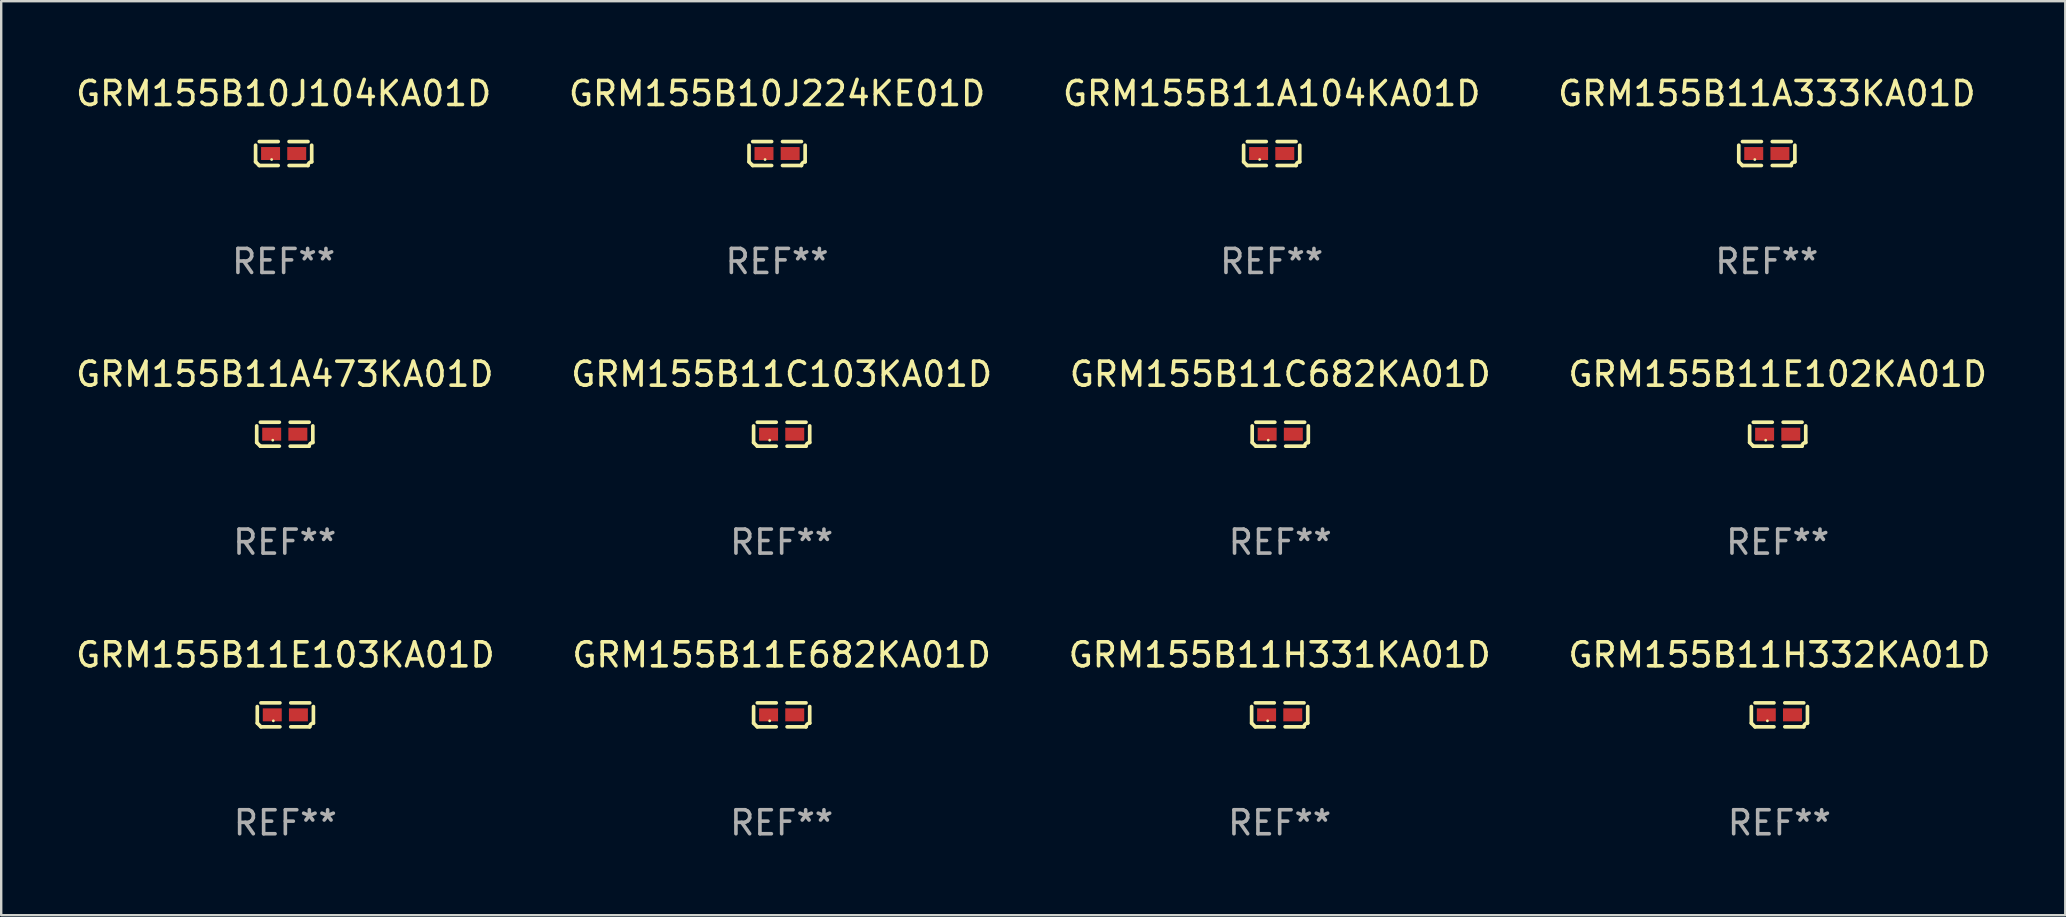
<source format=kicad_pcb>
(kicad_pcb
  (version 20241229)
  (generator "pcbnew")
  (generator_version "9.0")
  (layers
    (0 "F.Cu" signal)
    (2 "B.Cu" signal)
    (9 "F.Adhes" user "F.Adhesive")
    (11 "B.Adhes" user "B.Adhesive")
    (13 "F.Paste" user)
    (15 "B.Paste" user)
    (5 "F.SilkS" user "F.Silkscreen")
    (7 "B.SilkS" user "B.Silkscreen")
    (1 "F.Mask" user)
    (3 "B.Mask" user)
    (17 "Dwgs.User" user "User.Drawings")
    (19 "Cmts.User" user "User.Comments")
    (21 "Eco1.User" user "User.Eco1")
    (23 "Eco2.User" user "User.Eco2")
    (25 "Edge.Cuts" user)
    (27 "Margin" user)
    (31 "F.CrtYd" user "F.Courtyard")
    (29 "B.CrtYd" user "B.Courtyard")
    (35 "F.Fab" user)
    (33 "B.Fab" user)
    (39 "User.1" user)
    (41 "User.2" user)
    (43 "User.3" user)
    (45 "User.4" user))
  (footprint "GRM155B10J224KE01D"
    (layer "F.Cu")
    (at 29.327 3.347)
    (property "Reference" "GRM155B10J224KE01D" (at 0 -2.499 0) (layer "F.SilkS") (effects (font (size 1 1) (thickness 0.15))))
    (attr through_hole)
    (fp_line (start -1.169 0.346) (end -1.169 -0.346) (stroke (width 0.152) (type solid)) (layer "F.SilkS"))
    (fp_line (start -1.016 -0.499) (end -0.226 -0.499) (stroke (width 0.152) (type solid)) (layer "F.SilkS"))
    (fp_line (start -0.226 0.499) (end -1.016 0.499) (stroke (width 0.152) (type solid)) (layer "F.SilkS"))
    (fp_line (start 0.226 0.499) (end 1.016 0.499) (stroke (width 0.152) (type solid)) (layer "F.SilkS"))
    (fp_line (start 1.016 -0.499) (end 0.226 -0.499) (stroke (width 0.152) (type solid)) (layer "F.SilkS"))
    (fp_line (start 1.169 0.346) (end 1.169 -0.346) (stroke (width 0.152) (type solid)) (layer "F.SilkS"))
    (fp_arc (start -1.016307 0.498603) (mid -1.092512 0.422405) (end -1.16871 0.3462) (stroke (width 0.1524) (type solid)) (layer "F.SilkS"))
    (fp_arc (start 1.016307 0.498603) (mid 1.060899 0.390758) (end 1.168707 0.346076) (stroke (width 0.1524) (type solid)) (layer "F.SilkS"))
    (fp_circle (center -0.5 0.25) (end -0.47 0.25) (stroke (width 0.06) (type solid)) (fill no) (layer "F.SilkS"))
    (fp_text user "REF**" (at 0 4.499 0) (layer "F.Fab") (effects (font (size 1 1) (thickness 0.15))))
    (pad "1" smd rect (at -0.545 0) (size 0.79 0.54) (layers "F.Cu" "F.Mask" "F.Paste"))
    (pad "2" smd rect (at 0.545 0) (size 0.79 0.54) (layers "F.Cu" "F.Mask" "F.Paste")))
  (footprint "GRM155B11H332KA01D"
    (layer "F.Cu")
    (at 71.089 26.734)
    (property "Reference" "GRM155B11H332KA01D" (at 0 -2.499 0) (layer "F.SilkS") (effects (font (size 1 1) (thickness 0.15))))
    (attr through_hole)
    (fp_line (start -1.169 0.346) (end -1.169 -0.346) (stroke (width 0.152) (type solid)) (layer "F.SilkS"))
    (fp_line (start -1.016 -0.499) (end -0.226 -0.499) (stroke (width 0.152) (type solid)) (layer "F.SilkS"))
    (fp_line (start -0.226 0.499) (end -1.016 0.499) (stroke (width 0.152) (type solid)) (layer "F.SilkS"))
    (fp_line (start 0.226 0.499) (end 1.016 0.499) (stroke (width 0.152) (type solid)) (layer "F.SilkS"))
    (fp_line (start 1.016 -0.499) (end 0.226 -0.499) (stroke (width 0.152) (type solid)) (layer "F.SilkS"))
    (fp_line (start 1.169 0.346) (end 1.169 -0.346) (stroke (width 0.152) (type solid)) (layer "F.SilkS"))
    (fp_arc (start -1.016307 0.498603) (mid -1.092512 0.422405) (end -1.16871 0.3462) (stroke (width 0.1524) (type solid)) (layer "F.SilkS"))
    (fp_arc (start 1.016307 0.498603) (mid 1.060899 0.390758) (end 1.168707 0.346076) (stroke (width 0.1524) (type solid)) (layer "F.SilkS"))
    (fp_circle (center -0.5 0.25) (end -0.47 0.25) (stroke (width 0.06) (type solid)) (fill no) (layer "F.SilkS"))
    (fp_text user "REF**" (at 0 4.499 0) (layer "F.Fab") (effects (font (size 1 1) (thickness 0.15))))
    (pad "1" smd rect (at -0.545 0) (size 0.79 0.54) (layers "F.Cu" "F.Mask" "F.Paste"))
    (pad "2" smd rect (at 0.545 0) (size 0.79 0.54) (layers "F.Cu" "F.Mask" "F.Paste")))
  (footprint "GRM155B11H331KA01D"
    (layer "F.Cu")
    (at 50.268 26.734)
    (property "Reference" "GRM155B11H331KA01D" (at 0 -2.499 0) (layer "F.SilkS") (effects (font (size 1 1) (thickness 0.15))))
    (attr through_hole)
    (fp_line (start -1.169 0.346) (end -1.169 -0.346) (stroke (width 0.152) (type solid)) (layer "F.SilkS"))
    (fp_line (start -1.016 -0.499) (end -0.226 -0.499) (stroke (width 0.152) (type solid)) (layer "F.SilkS"))
    (fp_line (start -0.226 0.499) (end -1.016 0.499) (stroke (width 0.152) (type solid)) (layer "F.SilkS"))
    (fp_line (start 0.226 0.499) (end 1.016 0.499) (stroke (width 0.152) (type solid)) (layer "F.SilkS"))
    (fp_line (start 1.016 -0.499) (end 0.226 -0.499) (stroke (width 0.152) (type solid)) (layer "F.SilkS"))
    (fp_line (start 1.169 0.346) (end 1.169 -0.346) (stroke (width 0.152) (type solid)) (layer "F.SilkS"))
    (fp_arc (start -1.016307 0.498603) (mid -1.092512 0.422405) (end -1.16871 0.3462) (stroke (width 0.1524) (type solid)) (layer "F.SilkS"))
    (fp_arc (start 1.016307 0.498603) (mid 1.060899 0.390758) (end 1.168707 0.346076) (stroke (width 0.1524) (type solid)) (layer "F.SilkS"))
    (fp_circle (center -0.5 0.25) (end -0.47 0.25) (stroke (width 0.06) (type solid)) (fill no) (layer "F.SilkS"))
    (fp_text user "REF**" (at 0 4.499 0) (layer "F.Fab") (effects (font (size 1 1) (thickness 0.15))))
    (pad "1" smd rect (at -0.545 0) (size 0.79 0.54) (layers "F.Cu" "F.Mask" "F.Paste"))
    (pad "2" smd rect (at 0.545 0) (size 0.79 0.54) (layers "F.Cu" "F.Mask" "F.Paste")))
  (footprint "GRM155B11A473KA01D"
    (layer "F.Cu")
    (at 8.815 15.041)
    (property "Reference" "GRM155B11A473KA01D" (at 0 -2.499 0) (layer "F.SilkS") (effects (font (size 1 1) (thickness 0.15))))
    (attr through_hole)
    (fp_line (start -1.169 0.346) (end -1.169 -0.346) (stroke (width 0.152) (type solid)) (layer "F.SilkS"))
    (fp_line (start -1.016 -0.499) (end -0.226 -0.499) (stroke (width 0.152) (type solid)) (layer "F.SilkS"))
    (fp_line (start -0.226 0.499) (end -1.016 0.499) (stroke (width 0.152) (type solid)) (layer "F.SilkS"))
    (fp_line (start 0.226 0.499) (end 1.016 0.499) (stroke (width 0.152) (type solid)) (layer "F.SilkS"))
    (fp_line (start 1.016 -0.499) (end 0.226 -0.499) (stroke (width 0.152) (type solid)) (layer "F.SilkS"))
    (fp_line (start 1.169 0.346) (end 1.169 -0.346) (stroke (width 0.152) (type solid)) (layer "F.SilkS"))
    (fp_arc (start -1.016307 0.498603) (mid -1.092512 0.422405) (end -1.16871 0.3462) (stroke (width 0.1524) (type solid)) (layer "F.SilkS"))
    (fp_arc (start 1.016307 0.498603) (mid 1.060899 0.390758) (end 1.168707 0.346076) (stroke (width 0.1524) (type solid)) (layer "F.SilkS"))
    (fp_circle (center -0.5 0.25) (end -0.47 0.25) (stroke (width 0.06) (type solid)) (fill no) (layer "F.SilkS"))
    (fp_text user "REF**" (at 0 4.499 0) (layer "F.Fab") (effects (font (size 1 1) (thickness 0.15))))
    (pad "1" smd rect (at -0.545 0) (size 0.79 0.54) (layers "F.Cu" "F.Mask" "F.Paste"))
    (pad "2" smd rect (at 0.545 0) (size 0.79 0.54) (layers "F.Cu" "F.Mask" "F.Paste")))
  (footprint "GRM155B11C103KA01D"
    (layer "F.Cu")
    (at 29.518 15.041)
    (property "Reference" "GRM155B11C103KA01D" (at 0 -2.499 0) (layer "F.SilkS") (effects (font (size 1 1) (thickness 0.15))))
    (attr through_hole)
    (fp_line (start -1.169 0.346) (end -1.169 -0.346) (stroke (width 0.152) (type solid)) (layer "F.SilkS"))
    (fp_line (start -1.016 -0.499) (end -0.226 -0.499) (stroke (width 0.152) (type solid)) (layer "F.SilkS"))
    (fp_line (start -0.226 0.499) (end -1.016 0.499) (stroke (width 0.152) (type solid)) (layer "F.SilkS"))
    (fp_line (start 0.226 0.499) (end 1.016 0.499) (stroke (width 0.152) (type solid)) (layer "F.SilkS"))
    (fp_line (start 1.016 -0.499) (end 0.226 -0.499) (stroke (width 0.152) (type solid)) (layer "F.SilkS"))
    (fp_line (start 1.169 0.346) (end 1.169 -0.346) (stroke (width 0.152) (type solid)) (layer "F.SilkS"))
    (fp_arc (start -1.016307 0.498603) (mid -1.092512 0.422405) (end -1.16871 0.3462) (stroke (width 0.1524) (type solid)) (layer "F.SilkS"))
    (fp_arc (start 1.016307 0.498603) (mid 1.060899 0.390758) (end 1.168707 0.346076) (stroke (width 0.1524) (type solid)) (layer "F.SilkS"))
    (fp_circle (center -0.5 0.25) (end -0.47 0.25) (stroke (width 0.06) (type solid)) (fill no) (layer "F.SilkS"))
    (fp_text user "REF**" (at 0 4.499 0) (layer "F.Fab") (effects (font (size 1 1) (thickness 0.15))))
    (pad "1" smd rect (at -0.545 0) (size 0.79 0.54) (layers "F.Cu" "F.Mask" "F.Paste"))
    (pad "2" smd rect (at 0.545 0) (size 0.79 0.54) (layers "F.Cu" "F.Mask" "F.Paste")))
  (footprint "GRM155B11E103KA01D"
    (layer "F.Cu")
    (at 8.839 26.734)
    (property "Reference" "GRM155B11E103KA01D" (at 0 -2.499 0) (layer "F.SilkS") (effects (font (size 1 1) (thickness 0.15))))
    (attr through_hole)
    (fp_line (start -1.169 0.346) (end -1.169 -0.346) (stroke (width 0.152) (type solid)) (layer "F.SilkS"))
    (fp_line (start -1.016 -0.499) (end -0.226 -0.499) (stroke (width 0.152) (type solid)) (layer "F.SilkS"))
    (fp_line (start -0.226 0.499) (end -1.016 0.499) (stroke (width 0.152) (type solid)) (layer "F.SilkS"))
    (fp_line (start 0.226 0.499) (end 1.016 0.499) (stroke (width 0.152) (type solid)) (layer "F.SilkS"))
    (fp_line (start 1.016 -0.499) (end 0.226 -0.499) (stroke (width 0.152) (type solid)) (layer "F.SilkS"))
    (fp_line (start 1.169 0.346) (end 1.169 -0.346) (stroke (width 0.152) (type solid)) (layer "F.SilkS"))
    (fp_arc (start -1.016307 0.498603) (mid -1.092512 0.422405) (end -1.16871 0.3462) (stroke (width 0.1524) (type solid)) (layer "F.SilkS"))
    (fp_arc (start 1.016307 0.498603) (mid 1.060899 0.390758) (end 1.168707 0.346076) (stroke (width 0.1524) (type solid)) (layer "F.SilkS"))
    (fp_circle (center -0.5 0.25) (end -0.47 0.25) (stroke (width 0.06) (type solid)) (fill no) (layer "F.SilkS"))
    (fp_text user "REF**" (at 0 4.499 0) (layer "F.Fab") (effects (font (size 1 1) (thickness 0.15))))
    (pad "1" smd rect (at -0.545 0) (size 0.79 0.54) (layers "F.Cu" "F.Mask" "F.Paste"))
    (pad "2" smd rect (at 0.545 0) (size 0.79 0.54) (layers "F.Cu" "F.Mask" "F.Paste")))
  (footprint "GRM155B11E102KA01D"
    (layer "F.Cu")
    (at 71.018 15.041)
    (property "Reference" "GRM155B11E102KA01D" (at 0 -2.499 0) (layer "F.SilkS") (effects (font (size 1 1) (thickness 0.15))))
    (attr through_hole)
    (fp_line (start -1.169 0.346) (end -1.169 -0.346) (stroke (width 0.152) (type solid)) (layer "F.SilkS"))
    (fp_line (start -1.016 -0.499) (end -0.226 -0.499) (stroke (width 0.152) (type solid)) (layer "F.SilkS"))
    (fp_line (start -0.226 0.499) (end -1.016 0.499) (stroke (width 0.152) (type solid)) (layer "F.SilkS"))
    (fp_line (start 0.226 0.499) (end 1.016 0.499) (stroke (width 0.152) (type solid)) (layer "F.SilkS"))
    (fp_line (start 1.016 -0.499) (end 0.226 -0.499) (stroke (width 0.152) (type solid)) (layer "F.SilkS"))
    (fp_line (start 1.169 0.346) (end 1.169 -0.346) (stroke (width 0.152) (type solid)) (layer "F.SilkS"))
    (fp_arc (start -1.016307 0.498603) (mid -1.092512 0.422405) (end -1.16871 0.3462) (stroke (width 0.1524) (type solid)) (layer "F.SilkS"))
    (fp_arc (start 1.016307 0.498603) (mid 1.060899 0.390758) (end 1.168707 0.346076) (stroke (width 0.1524) (type solid)) (layer "F.SilkS"))
    (fp_circle (center -0.5 0.25) (end -0.47 0.25) (stroke (width 0.06) (type solid)) (fill no) (layer "F.SilkS"))
    (fp_text user "REF**" (at 0 4.499 0) (layer "F.Fab") (effects (font (size 1 1) (thickness 0.15))))
    (pad "1" smd rect (at -0.545 0) (size 0.79 0.54) (layers "F.Cu" "F.Mask" "F.Paste"))
    (pad "2" smd rect (at 0.545 0) (size 0.79 0.54) (layers "F.Cu" "F.Mask" "F.Paste")))
  (footprint "GRM155B10J104KA01D"
    (layer "F.Cu")
    (at 8.768 3.347)
    (property "Reference" "GRM155B10J104KA01D" (at 0 -2.499 0) (layer "F.SilkS") (effects (font (size 1 1) (thickness 0.15))))
    (attr through_hole)
    (fp_line (start -1.169 0.346) (end -1.169 -0.346) (stroke (width 0.152) (type solid)) (layer "F.SilkS"))
    (fp_line (start -1.016 -0.499) (end -0.226 -0.499) (stroke (width 0.152) (type solid)) (layer "F.SilkS"))
    (fp_line (start -0.226 0.499) (end -1.016 0.499) (stroke (width 0.152) (type solid)) (layer "F.SilkS"))
    (fp_line (start 0.226 0.499) (end 1.016 0.499) (stroke (width 0.152) (type solid)) (layer "F.SilkS"))
    (fp_line (start 1.016 -0.499) (end 0.226 -0.499) (stroke (width 0.152) (type solid)) (layer "F.SilkS"))
    (fp_line (start 1.169 0.346) (end 1.169 -0.346) (stroke (width 0.152) (type solid)) (layer "F.SilkS"))
    (fp_arc (start -1.016307 0.498603) (mid -1.092512 0.422405) (end -1.16871 0.3462) (stroke (width 0.1524) (type solid)) (layer "F.SilkS"))
    (fp_arc (start 1.016307 0.498603) (mid 1.060899 0.390758) (end 1.168707 0.346076) (stroke (width 0.1524) (type solid)) (layer "F.SilkS"))
    (fp_circle (center -0.5 0.25) (end -0.47 0.25) (stroke (width 0.06) (type solid)) (fill no) (layer "F.SilkS"))
    (fp_text user "REF**" (at 0 4.499 0) (layer "F.Fab") (effects (font (size 1 1) (thickness 0.15))))
    (pad "1" smd rect (at -0.545 0) (size 0.79 0.54) (layers "F.Cu" "F.Mask" "F.Paste"))
    (pad "2" smd rect (at 0.545 0) (size 0.79 0.54) (layers "F.Cu" "F.Mask" "F.Paste")))
  (footprint "GRM155B11A333KA01D"
    (layer "F.Cu")
    (at 70.565 3.347)
    (property "Reference" "GRM155B11A333KA01D" (at 0 -2.499 0) (layer "F.SilkS") (effects (font (size 1 1) (thickness 0.15))))
    (attr through_hole)
    (fp_line (start -1.169 0.346) (end -1.169 -0.346) (stroke (width 0.152) (type solid)) (layer "F.SilkS"))
    (fp_line (start -1.016 -0.499) (end -0.226 -0.499) (stroke (width 0.152) (type solid)) (layer "F.SilkS"))
    (fp_line (start -0.226 0.499) (end -1.016 0.499) (stroke (width 0.152) (type solid)) (layer "F.SilkS"))
    (fp_line (start 0.226 0.499) (end 1.016 0.499) (stroke (width 0.152) (type solid)) (layer "F.SilkS"))
    (fp_line (start 1.016 -0.499) (end 0.226 -0.499) (stroke (width 0.152) (type solid)) (layer "F.SilkS"))
    (fp_line (start 1.169 0.346) (end 1.169 -0.346) (stroke (width 0.152) (type solid)) (layer "F.SilkS"))
    (fp_arc (start -1.016307 0.498603) (mid -1.092512 0.422405) (end -1.16871 0.3462) (stroke (width 0.1524) (type solid)) (layer "F.SilkS"))
    (fp_arc (start 1.016307 0.498603) (mid 1.060899 0.390758) (end 1.168707 0.346076) (stroke (width 0.1524) (type solid)) (layer "F.SilkS"))
    (fp_circle (center -0.5 0.25) (end -0.47 0.25) (stroke (width 0.06) (type solid)) (fill no) (layer "F.SilkS"))
    (fp_text user "REF**" (at 0 4.499 0) (layer "F.Fab") (effects (font (size 1 1) (thickness 0.15))))
    (pad "1" smd rect (at -0.545 0) (size 0.79 0.54) (layers "F.Cu" "F.Mask" "F.Paste"))
    (pad "2" smd rect (at 0.545 0) (size 0.79 0.54) (layers "F.Cu" "F.Mask" "F.Paste")))
  (footprint "GRM155B11C682KA01D"
    (layer "F.Cu")
    (at 50.292 15.041)
    (property "Reference" "GRM155B11C682KA01D" (at 0 -2.499 0) (layer "F.SilkS") (effects (font (size 1 1) (thickness 0.15))))
    (attr through_hole)
    (fp_line (start -1.169 0.346) (end -1.169 -0.346) (stroke (width 0.152) (type solid)) (layer "F.SilkS"))
    (fp_line (start -1.016 -0.499) (end -0.226 -0.499) (stroke (width 0.152) (type solid)) (layer "F.SilkS"))
    (fp_line (start -0.226 0.499) (end -1.016 0.499) (stroke (width 0.152) (type solid)) (layer "F.SilkS"))
    (fp_line (start 0.226 0.499) (end 1.016 0.499) (stroke (width 0.152) (type solid)) (layer "F.SilkS"))
    (fp_line (start 1.016 -0.499) (end 0.226 -0.499) (stroke (width 0.152) (type solid)) (layer "F.SilkS"))
    (fp_line (start 1.169 0.346) (end 1.169 -0.346) (stroke (width 0.152) (type solid)) (layer "F.SilkS"))
    (fp_arc (start -1.016307 0.498603) (mid -1.092512 0.422405) (end -1.16871 0.3462) (stroke (width 0.1524) (type solid)) (layer "F.SilkS"))
    (fp_arc (start 1.016307 0.498603) (mid 1.060899 0.390758) (end 1.168707 0.346076) (stroke (width 0.1524) (type solid)) (layer "F.SilkS"))
    (fp_circle (center -0.5 0.25) (end -0.47 0.25) (stroke (width 0.06) (type solid)) (fill no) (layer "F.SilkS"))
    (fp_text user "REF**" (at 0 4.499 0) (layer "F.Fab") (effects (font (size 1 1) (thickness 0.15))))
    (pad "1" smd rect (at -0.545 0) (size 0.79 0.54) (layers "F.Cu" "F.Mask" "F.Paste"))
    (pad "2" smd rect (at 0.545 0) (size 0.79 0.54) (layers "F.Cu" "F.Mask" "F.Paste")))
  (footprint "GRM155B11A104KA01D"
    (layer "F.Cu")
    (at 49.935 3.347)
    (property "Reference" "GRM155B11A104KA01D" (at 0 -2.499 0) (layer "F.SilkS") (effects (font (size 1 1) (thickness 0.15))))
    (attr through_hole)
    (fp_line (start -1.169 0.346) (end -1.169 -0.346) (stroke (width 0.152) (type solid)) (layer "F.SilkS"))
    (fp_line (start -1.016 -0.499) (end -0.226 -0.499) (stroke (width 0.152) (type solid)) (layer "F.SilkS"))
    (fp_line (start -0.226 0.499) (end -1.016 0.499) (stroke (width 0.152) (type solid)) (layer "F.SilkS"))
    (fp_line (start 0.226 0.499) (end 1.016 0.499) (stroke (width 0.152) (type solid)) (layer "F.SilkS"))
    (fp_line (start 1.016 -0.499) (end 0.226 -0.499) (stroke (width 0.152) (type solid)) (layer "F.SilkS"))
    (fp_line (start 1.169 0.346) (end 1.169 -0.346) (stroke (width 0.152) (type solid)) (layer "F.SilkS"))
    (fp_arc (start -1.016307 0.498603) (mid -1.092512 0.422405) (end -1.16871 0.3462) (stroke (width 0.1524) (type solid)) (layer "F.SilkS"))
    (fp_arc (start 1.016307 0.498603) (mid 1.060899 0.390758) (end 1.168707 0.346076) (stroke (width 0.1524) (type solid)) (layer "F.SilkS"))
    (fp_circle (center -0.5 0.25) (end -0.47 0.25) (stroke (width 0.06) (type solid)) (fill no) (layer "F.SilkS"))
    (fp_text user "REF**" (at 0 4.499 0) (layer "F.Fab") (effects (font (size 1 1) (thickness 0.15))))
    (pad "1" smd rect (at -0.545 0) (size 0.79 0.54) (layers "F.Cu" "F.Mask" "F.Paste"))
    (pad "2" smd rect (at 0.545 0) (size 0.79 0.54) (layers "F.Cu" "F.Mask" "F.Paste")))
  (footprint "GRM155B11E682KA01D"
    (layer "F.Cu")
    (at 29.518 26.734)
    (property "Reference" "GRM155B11E682KA01D" (at 0 -2.499 0) (layer "F.SilkS") (effects (font (size 1 1) (thickness 0.15))))
    (attr through_hole)
    (fp_line (start -1.169 0.346) (end -1.169 -0.346) (stroke (width 0.152) (type solid)) (layer "F.SilkS"))
    (fp_line (start -1.016 -0.499) (end -0.226 -0.499) (stroke (width 0.152) (type solid)) (layer "F.SilkS"))
    (fp_line (start -0.226 0.499) (end -1.016 0.499) (stroke (width 0.152) (type solid)) (layer "F.SilkS"))
    (fp_line (start 0.226 0.499) (end 1.016 0.499) (stroke (width 0.152) (type solid)) (layer "F.SilkS"))
    (fp_line (start 1.016 -0.499) (end 0.226 -0.499) (stroke (width 0.152) (type solid)) (layer "F.SilkS"))
    (fp_line (start 1.169 0.346) (end 1.169 -0.346) (stroke (width 0.152) (type solid)) (layer "F.SilkS"))
    (fp_arc (start -1.016307 0.498603) (mid -1.092512 0.422405) (end -1.16871 0.3462) (stroke (width 0.1524) (type solid)) (layer "F.SilkS"))
    (fp_arc (start 1.016307 0.498603) (mid 1.060899 0.390758) (end 1.168707 0.346076) (stroke (width 0.1524) (type solid)) (layer "F.SilkS"))
    (fp_circle (center -0.5 0.25) (end -0.47 0.25) (stroke (width 0.06) (type solid)) (fill no) (layer "F.SilkS"))
    (fp_text user "REF**" (at 0 4.499 0) (layer "F.Fab") (effects (font (size 1 1) (thickness 0.15))))
    (pad "1" smd rect (at -0.545 0) (size 0.79 0.54) (layers "F.Cu" "F.Mask" "F.Paste"))
    (pad "2" smd rect (at 0.545 0) (size 0.79 0.54) (layers "F.Cu" "F.Mask" "F.Paste")))
  (gr_rect
    (start -3 -3)
    (end 83 35.081)
    (stroke (width 0.1) (type default))
    (fill no)
    (layer "Edge.Cuts")))
</source>
